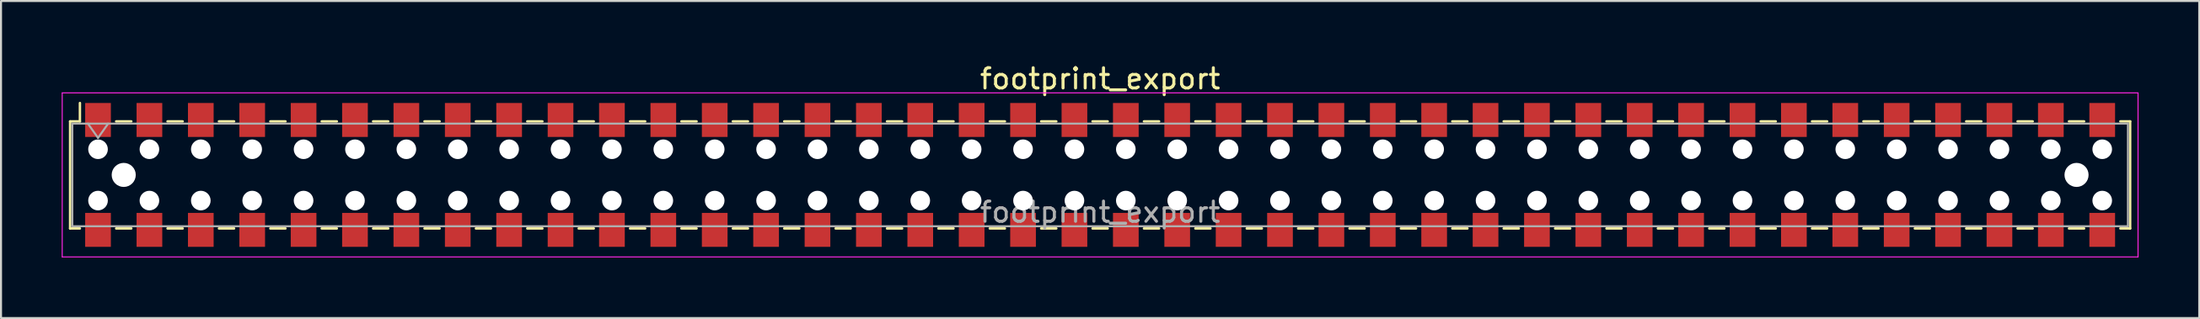
<source format=kicad_pcb>
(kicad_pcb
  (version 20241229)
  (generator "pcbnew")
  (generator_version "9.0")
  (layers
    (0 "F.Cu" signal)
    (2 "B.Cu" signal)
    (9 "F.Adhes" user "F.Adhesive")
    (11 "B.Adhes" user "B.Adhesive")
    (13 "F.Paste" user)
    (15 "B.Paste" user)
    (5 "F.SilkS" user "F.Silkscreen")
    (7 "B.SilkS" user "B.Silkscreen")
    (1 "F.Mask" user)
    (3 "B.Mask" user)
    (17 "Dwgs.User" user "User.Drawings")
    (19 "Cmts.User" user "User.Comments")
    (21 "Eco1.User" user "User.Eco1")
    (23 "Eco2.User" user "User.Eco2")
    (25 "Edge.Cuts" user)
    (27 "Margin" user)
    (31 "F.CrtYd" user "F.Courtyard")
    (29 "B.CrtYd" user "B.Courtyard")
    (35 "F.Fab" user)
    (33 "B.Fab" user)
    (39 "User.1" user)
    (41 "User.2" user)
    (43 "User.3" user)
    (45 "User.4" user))
  (footprint "footprint_export"
    (layer "F.Cu")
    (at 51.325 5.608)
    (property "Reference" "footprint_export" (at 0 -4.76 0) (layer "F.SilkS") (effects (font (size 1 1) (thickness 0.15))))
    (attr smd)
    (fp_line (start -50.91 -2.65) (end -50.91 2.65) (stroke (width 0.12) (type solid)) (layer "F.SilkS"))
    (fp_line (start -50.91 2.65) (end -50.425 2.65) (stroke (width 0.12) (type solid)) (layer "F.SilkS"))
    (fp_line (start -50.425 -3.56) (end -50.425 -2.65) (stroke (width 0.12) (type solid)) (layer "F.SilkS"))
    (fp_line (start -50.425 -2.65) (end -50.91 -2.65) (stroke (width 0.12) (type solid)) (layer "F.SilkS"))
    (fp_line (start -48.635 -2.65) (end -47.885 -2.65) (stroke (width 0.12) (type solid)) (layer "F.SilkS"))
    (fp_line (start -48.635 2.65) (end -47.885 2.65) (stroke (width 0.12) (type solid)) (layer "F.SilkS"))
    (fp_line (start -46.095 -2.65) (end -45.345 -2.65) (stroke (width 0.12) (type solid)) (layer "F.SilkS"))
    (fp_line (start -46.095 2.65) (end -45.345 2.65) (stroke (width 0.12) (type solid)) (layer "F.SilkS"))
    (fp_line (start -43.555 -2.65) (end -42.805 -2.65) (stroke (width 0.12) (type solid)) (layer "F.SilkS"))
    (fp_line (start -43.555 2.65) (end -42.805 2.65) (stroke (width 0.12) (type solid)) (layer "F.SilkS"))
    (fp_line (start -41.015 -2.65) (end -40.265 -2.65) (stroke (width 0.12) (type solid)) (layer "F.SilkS"))
    (fp_line (start -41.015 2.65) (end -40.265 2.65) (stroke (width 0.12) (type solid)) (layer "F.SilkS"))
    (fp_line (start -38.475 -2.65) (end -37.725 -2.65) (stroke (width 0.12) (type solid)) (layer "F.SilkS"))
    (fp_line (start -38.475 2.65) (end -37.725 2.65) (stroke (width 0.12) (type solid)) (layer "F.SilkS"))
    (fp_line (start -35.935 -2.65) (end -35.185 -2.65) (stroke (width 0.12) (type solid)) (layer "F.SilkS"))
    (fp_line (start -35.935 2.65) (end -35.185 2.65) (stroke (width 0.12) (type solid)) (layer "F.SilkS"))
    (fp_line (start -33.395 -2.65) (end -32.645 -2.65) (stroke (width 0.12) (type solid)) (layer "F.SilkS"))
    (fp_line (start -33.395 2.65) (end -32.645 2.65) (stroke (width 0.12) (type solid)) (layer "F.SilkS"))
    (fp_line (start -30.855 -2.65) (end -30.105 -2.65) (stroke (width 0.12) (type solid)) (layer "F.SilkS"))
    (fp_line (start -30.855 2.65) (end -30.105 2.65) (stroke (width 0.12) (type solid)) (layer "F.SilkS"))
    (fp_line (start -28.315 -2.65) (end -27.565 -2.65) (stroke (width 0.12) (type solid)) (layer "F.SilkS"))
    (fp_line (start -28.315 2.65) (end -27.565 2.65) (stroke (width 0.12) (type solid)) (layer "F.SilkS"))
    (fp_line (start -25.775 -2.65) (end -25.025 -2.65) (stroke (width 0.12) (type solid)) (layer "F.SilkS"))
    (fp_line (start -25.775 2.65) (end -25.025 2.65) (stroke (width 0.12) (type solid)) (layer "F.SilkS"))
    (fp_line (start -23.235 -2.65) (end -22.485 -2.65) (stroke (width 0.12) (type solid)) (layer "F.SilkS"))
    (fp_line (start -23.235 2.65) (end -22.485 2.65) (stroke (width 0.12) (type solid)) (layer "F.SilkS"))
    (fp_line (start -20.695 -2.65) (end -19.945 -2.65) (stroke (width 0.12) (type solid)) (layer "F.SilkS"))
    (fp_line (start -20.695 2.65) (end -19.945 2.65) (stroke (width 0.12) (type solid)) (layer "F.SilkS"))
    (fp_line (start -18.155 -2.65) (end -17.405 -2.65) (stroke (width 0.12) (type solid)) (layer "F.SilkS"))
    (fp_line (start -18.155 2.65) (end -17.405 2.65) (stroke (width 0.12) (type solid)) (layer "F.SilkS"))
    (fp_line (start -15.615 -2.65) (end -14.865 -2.65) (stroke (width 0.12) (type solid)) (layer "F.SilkS"))
    (fp_line (start -15.615 2.65) (end -14.865 2.65) (stroke (width 0.12) (type solid)) (layer "F.SilkS"))
    (fp_line (start -13.075 -2.65) (end -12.325 -2.65) (stroke (width 0.12) (type solid)) (layer "F.SilkS"))
    (fp_line (start -13.075 2.65) (end -12.325 2.65) (stroke (width 0.12) (type solid)) (layer "F.SilkS"))
    (fp_line (start -10.535 -2.65) (end -9.785 -2.65) (stroke (width 0.12) (type solid)) (layer "F.SilkS"))
    (fp_line (start -10.535 2.65) (end -9.785 2.65) (stroke (width 0.12) (type solid)) (layer "F.SilkS"))
    (fp_line (start -7.995 -2.65) (end -7.245 -2.65) (stroke (width 0.12) (type solid)) (layer "F.SilkS"))
    (fp_line (start -7.995 2.65) (end -7.245 2.65) (stroke (width 0.12) (type solid)) (layer "F.SilkS"))
    (fp_line (start -5.455 -2.65) (end -4.705 -2.65) (stroke (width 0.12) (type solid)) (layer "F.SilkS"))
    (fp_line (start -5.455 2.65) (end -4.705 2.65) (stroke (width 0.12) (type solid)) (layer "F.SilkS"))
    (fp_line (start -2.915 -2.65) (end -2.165 -2.65) (stroke (width 0.12) (type solid)) (layer "F.SilkS"))
    (fp_line (start -2.915 2.65) (end -2.165 2.65) (stroke (width 0.12) (type solid)) (layer "F.SilkS"))
    (fp_line (start -0.375 -2.65) (end 0.375 -2.65) (stroke (width 0.12) (type solid)) (layer "F.SilkS"))
    (fp_line (start -0.375 2.65) (end 0.375 2.65) (stroke (width 0.12) (type solid)) (layer "F.SilkS"))
    (fp_line (start 2.165 -2.65) (end 2.915 -2.65) (stroke (width 0.12) (type solid)) (layer "F.SilkS"))
    (fp_line (start 2.165 2.65) (end 2.915 2.65) (stroke (width 0.12) (type solid)) (layer "F.SilkS"))
    (fp_line (start 4.705 -2.65) (end 5.455 -2.65) (stroke (width 0.12) (type solid)) (layer "F.SilkS"))
    (fp_line (start 4.705 2.65) (end 5.455 2.65) (stroke (width 0.12) (type solid)) (layer "F.SilkS"))
    (fp_line (start 7.245 -2.65) (end 7.995 -2.65) (stroke (width 0.12) (type solid)) (layer "F.SilkS"))
    (fp_line (start 7.245 2.65) (end 7.995 2.65) (stroke (width 0.12) (type solid)) (layer "F.SilkS"))
    (fp_line (start 9.785 -2.65) (end 10.535 -2.65) (stroke (width 0.12) (type solid)) (layer "F.SilkS"))
    (fp_line (start 9.785 2.65) (end 10.535 2.65) (stroke (width 0.12) (type solid)) (layer "F.SilkS"))
    (fp_line (start 12.325 -2.65) (end 13.075 -2.65) (stroke (width 0.12) (type solid)) (layer "F.SilkS"))
    (fp_line (start 12.325 2.65) (end 13.075 2.65) (stroke (width 0.12) (type solid)) (layer "F.SilkS"))
    (fp_line (start 14.865 -2.65) (end 15.615 -2.65) (stroke (width 0.12) (type solid)) (layer "F.SilkS"))
    (fp_line (start 14.865 2.65) (end 15.615 2.65) (stroke (width 0.12) (type solid)) (layer "F.SilkS"))
    (fp_line (start 17.405 -2.65) (end 18.155 -2.65) (stroke (width 0.12) (type solid)) (layer "F.SilkS"))
    (fp_line (start 17.405 2.65) (end 18.155 2.65) (stroke (width 0.12) (type solid)) (layer "F.SilkS"))
    (fp_line (start 19.945 -2.65) (end 20.695 -2.65) (stroke (width 0.12) (type solid)) (layer "F.SilkS"))
    (fp_line (start 19.945 2.65) (end 20.695 2.65) (stroke (width 0.12) (type solid)) (layer "F.SilkS"))
    (fp_line (start 22.485 -2.65) (end 23.235 -2.65) (stroke (width 0.12) (type solid)) (layer "F.SilkS"))
    (fp_line (start 22.485 2.65) (end 23.235 2.65) (stroke (width 0.12) (type solid)) (layer "F.SilkS"))
    (fp_line (start 25.025 -2.65) (end 25.775 -2.65) (stroke (width 0.12) (type solid)) (layer "F.SilkS"))
    (fp_line (start 25.025 2.65) (end 25.775 2.65) (stroke (width 0.12) (type solid)) (layer "F.SilkS"))
    (fp_line (start 27.565 -2.65) (end 28.315 -2.65) (stroke (width 0.12) (type solid)) (layer "F.SilkS"))
    (fp_line (start 27.565 2.65) (end 28.315 2.65) (stroke (width 0.12) (type solid)) (layer "F.SilkS"))
    (fp_line (start 30.105 -2.65) (end 30.855 -2.65) (stroke (width 0.12) (type solid)) (layer "F.SilkS"))
    (fp_line (start 30.105 2.65) (end 30.855 2.65) (stroke (width 0.12) (type solid)) (layer "F.SilkS"))
    (fp_line (start 32.645 -2.65) (end 33.395 -2.65) (stroke (width 0.12) (type solid)) (layer "F.SilkS"))
    (fp_line (start 32.645 2.65) (end 33.395 2.65) (stroke (width 0.12) (type solid)) (layer "F.SilkS"))
    (fp_line (start 35.185 -2.65) (end 35.935 -2.65) (stroke (width 0.12) (type solid)) (layer "F.SilkS"))
    (fp_line (start 35.185 2.65) (end 35.935 2.65) (stroke (width 0.12) (type solid)) (layer "F.SilkS"))
    (fp_line (start 37.725 -2.65) (end 38.475 -2.65) (stroke (width 0.12) (type solid)) (layer "F.SilkS"))
    (fp_line (start 37.725 2.65) (end 38.475 2.65) (stroke (width 0.12) (type solid)) (layer "F.SilkS"))
    (fp_line (start 40.265 -2.65) (end 41.015 -2.65) (stroke (width 0.12) (type solid)) (layer "F.SilkS"))
    (fp_line (start 40.265 2.65) (end 41.015 2.65) (stroke (width 0.12) (type solid)) (layer "F.SilkS"))
    (fp_line (start 42.805 -2.65) (end 43.555 -2.65) (stroke (width 0.12) (type solid)) (layer "F.SilkS"))
    (fp_line (start 42.805 2.65) (end 43.555 2.65) (stroke (width 0.12) (type solid)) (layer "F.SilkS"))
    (fp_line (start 45.345 -2.65) (end 46.095 -2.65) (stroke (width 0.12) (type solid)) (layer "F.SilkS"))
    (fp_line (start 45.345 2.65) (end 46.095 2.65) (stroke (width 0.12) (type solid)) (layer "F.SilkS"))
    (fp_line (start 47.885 -2.65) (end 48.635 -2.65) (stroke (width 0.12) (type solid)) (layer "F.SilkS"))
    (fp_line (start 47.885 2.65) (end 48.635 2.65) (stroke (width 0.12) (type solid)) (layer "F.SilkS"))
    (fp_line (start 50.425 -2.65) (end 50.91 -2.65) (stroke (width 0.12) (type solid)) (layer "F.SilkS"))
    (fp_line (start 50.91 -2.65) (end 50.91 2.65) (stroke (width 0.12) (type solid)) (layer "F.SilkS"))
    (fp_line (start 50.91 2.65) (end 50.425 2.65) (stroke (width 0.12) (type solid)) (layer "F.SilkS"))
    (fp_line (start -51.3 -4.06) (end 51.3 -4.06) (stroke (width 0.05) (type solid)) (layer "F.CrtYd"))
    (fp_line (start -51.3 4.06) (end -51.3 -4.06) (stroke (width 0.05) (type solid)) (layer "F.CrtYd"))
    (fp_line (start 51.3 -4.06) (end 51.3 4.06) (stroke (width 0.05) (type solid)) (layer "F.CrtYd"))
    (fp_line (start 51.3 4.06) (end -51.3 4.06) (stroke (width 0.05) (type solid)) (layer "F.CrtYd"))
    (fp_line (start -50.8 -2.54) (end 50.8 -2.54) (stroke (width 0.1) (type solid)) (layer "F.Fab"))
    (fp_line (start -50.8 2.54) (end -50.8 -2.54) (stroke (width 0.1) (type solid)) (layer "F.Fab"))
    (fp_line (start -50.03 -2.54) (end -49.53 -1.833) (stroke (width 0.1) (type solid)) (layer "F.Fab"))
    (fp_line (start -49.53 -1.833) (end -49.03 -2.54) (stroke (width 0.1) (type solid)) (layer "F.Fab"))
    (fp_line (start 50.8 -2.54) (end 50.8 2.54) (stroke (width 0.1) (type solid)) (layer "F.Fab"))
    (fp_line (start 50.8 2.54) (end -50.8 2.54) (stroke (width 0.1) (type solid)) (layer "F.Fab"))
    (fp_text user "${REFERENCE}" (at 0 1.84 0) (layer "F.Fab") (effects (font (size 1 1) (thickness 0.15))))
    (pad "" np_thru_hole circle (at -49.53 -1.27) (size 0.97 0.97) (drill 0.97) (layers "*.Cu" "*.Mask"))
    (pad "" np_thru_hole circle (at -49.53 1.27) (size 0.97 0.97) (drill 0.97) (layers "*.Cu" "*.Mask"))
    (pad "" np_thru_hole circle (at -48.26 0) (size 1.19 1.19) (drill 1.19) (layers "*.Cu" "*.Mask"))
    (pad "" np_thru_hole circle (at -46.99 -1.27) (size 0.97 0.97) (drill 0.97) (layers "*.Cu" "*.Mask"))
    (pad "" np_thru_hole circle (at -46.99 1.27) (size 0.97 0.97) (drill 0.97) (layers "*.Cu" "*.Mask"))
    (pad "" np_thru_hole circle (at -44.45 -1.27) (size 0.97 0.97) (drill 0.97) (layers "*.Cu" "*.Mask"))
    (pad "" np_thru_hole circle (at -44.45 1.27) (size 0.97 0.97) (drill 0.97) (layers "*.Cu" "*.Mask"))
    (pad "" np_thru_hole circle (at -41.91 -1.27) (size 0.97 0.97) (drill 0.97) (layers "*.Cu" "*.Mask"))
    (pad "" np_thru_hole circle (at -41.91 1.27) (size 0.97 0.97) (drill 0.97) (layers "*.Cu" "*.Mask"))
    (pad "" np_thru_hole circle (at -39.37 -1.27) (size 0.97 0.97) (drill 0.97) (layers "*.Cu" "*.Mask"))
    (pad "" np_thru_hole circle (at -39.37 1.27) (size 0.97 0.97) (drill 0.97) (layers "*.Cu" "*.Mask"))
    (pad "" np_thru_hole circle (at -36.83 -1.27) (size 0.97 0.97) (drill 0.97) (layers "*.Cu" "*.Mask"))
    (pad "" np_thru_hole circle (at -36.83 1.27) (size 0.97 0.97) (drill 0.97) (layers "*.Cu" "*.Mask"))
    (pad "" np_thru_hole circle (at -34.29 -1.27) (size 0.97 0.97) (drill 0.97) (layers "*.Cu" "*.Mask"))
    (pad "" np_thru_hole circle (at -34.29 1.27) (size 0.97 0.97) (drill 0.97) (layers "*.Cu" "*.Mask"))
    (pad "" np_thru_hole circle (at -31.75 -1.27) (size 0.97 0.97) (drill 0.97) (layers "*.Cu" "*.Mask"))
    (pad "" np_thru_hole circle (at -31.75 1.27) (size 0.97 0.97) (drill 0.97) (layers "*.Cu" "*.Mask"))
    (pad "" np_thru_hole circle (at -29.21 -1.27) (size 0.97 0.97) (drill 0.97) (layers "*.Cu" "*.Mask"))
    (pad "" np_thru_hole circle (at -29.21 1.27) (size 0.97 0.97) (drill 0.97) (layers "*.Cu" "*.Mask"))
    (pad "" np_thru_hole circle (at -26.67 -1.27) (size 0.97 0.97) (drill 0.97) (layers "*.Cu" "*.Mask"))
    (pad "" np_thru_hole circle (at -26.67 1.27) (size 0.97 0.97) (drill 0.97) (layers "*.Cu" "*.Mask"))
    (pad "" np_thru_hole circle (at -24.13 -1.27) (size 0.97 0.97) (drill 0.97) (layers "*.Cu" "*.Mask"))
    (pad "" np_thru_hole circle (at -24.13 1.27) (size 0.97 0.97) (drill 0.97) (layers "*.Cu" "*.Mask"))
    (pad "" np_thru_hole circle (at -21.59 -1.27) (size 0.97 0.97) (drill 0.97) (layers "*.Cu" "*.Mask"))
    (pad "" np_thru_hole circle (at -21.59 1.27) (size 0.97 0.97) (drill 0.97) (layers "*.Cu" "*.Mask"))
    (pad "" np_thru_hole circle (at -19.05 -1.27) (size 0.97 0.97) (drill 0.97) (layers "*.Cu" "*.Mask"))
    (pad "" np_thru_hole circle (at -19.05 1.27) (size 0.97 0.97) (drill 0.97) (layers "*.Cu" "*.Mask"))
    (pad "" np_thru_hole circle (at -16.51 -1.27) (size 0.97 0.97) (drill 0.97) (layers "*.Cu" "*.Mask"))
    (pad "" np_thru_hole circle (at -16.51 1.27) (size 0.97 0.97) (drill 0.97) (layers "*.Cu" "*.Mask"))
    (pad "" np_thru_hole circle (at -13.97 -1.27) (size 0.97 0.97) (drill 0.97) (layers "*.Cu" "*.Mask"))
    (pad "" np_thru_hole circle (at -13.97 1.27) (size 0.97 0.97) (drill 0.97) (layers "*.Cu" "*.Mask"))
    (pad "" np_thru_hole circle (at -11.43 -1.27) (size 0.97 0.97) (drill 0.97) (layers "*.Cu" "*.Mask"))
    (pad "" np_thru_hole circle (at -11.43 1.27) (size 0.97 0.97) (drill 0.97) (layers "*.Cu" "*.Mask"))
    (pad "" np_thru_hole circle (at -8.89 -1.27) (size 0.97 0.97) (drill 0.97) (layers "*.Cu" "*.Mask"))
    (pad "" np_thru_hole circle (at -8.89 1.27) (size 0.97 0.97) (drill 0.97) (layers "*.Cu" "*.Mask"))
    (pad "" np_thru_hole circle (at -6.35 -1.27) (size 0.97 0.97) (drill 0.97) (layers "*.Cu" "*.Mask"))
    (pad "" np_thru_hole circle (at -6.35 1.27) (size 0.97 0.97) (drill 0.97) (layers "*.Cu" "*.Mask"))
    (pad "" np_thru_hole circle (at -3.81 -1.27) (size 0.97 0.97) (drill 0.97) (layers "*.Cu" "*.Mask"))
    (pad "" np_thru_hole circle (at -3.81 1.27) (size 0.97 0.97) (drill 0.97) (layers "*.Cu" "*.Mask"))
    (pad "" np_thru_hole circle (at -1.27 -1.27) (size 0.97 0.97) (drill 0.97) (layers "*.Cu" "*.Mask"))
    (pad "" np_thru_hole circle (at -1.27 1.27) (size 0.97 0.97) (drill 0.97) (layers "*.Cu" "*.Mask"))
    (pad "" np_thru_hole circle (at 1.27 -1.27) (size 0.97 0.97) (drill 0.97) (layers "*.Cu" "*.Mask"))
    (pad "" np_thru_hole circle (at 1.27 1.27) (size 0.97 0.97) (drill 0.97) (layers "*.Cu" "*.Mask"))
    (pad "" np_thru_hole circle (at 3.81 -1.27) (size 0.97 0.97) (drill 0.97) (layers "*.Cu" "*.Mask"))
    (pad "" np_thru_hole circle (at 3.81 1.27) (size 0.97 0.97) (drill 0.97) (layers "*.Cu" "*.Mask"))
    (pad "" np_thru_hole circle (at 6.35 -1.27) (size 0.97 0.97) (drill 0.97) (layers "*.Cu" "*.Mask"))
    (pad "" np_thru_hole circle (at 6.35 1.27) (size 0.97 0.97) (drill 0.97) (layers "*.Cu" "*.Mask"))
    (pad "" np_thru_hole circle (at 8.89 -1.27) (size 0.97 0.97) (drill 0.97) (layers "*.Cu" "*.Mask"))
    (pad "" np_thru_hole circle (at 8.89 1.27) (size 0.97 0.97) (drill 0.97) (layers "*.Cu" "*.Mask"))
    (pad "" np_thru_hole circle (at 11.43 -1.27) (size 0.97 0.97) (drill 0.97) (layers "*.Cu" "*.Mask"))
    (pad "" np_thru_hole circle (at 11.43 1.27) (size 0.97 0.97) (drill 0.97) (layers "*.Cu" "*.Mask"))
    (pad "" np_thru_hole circle (at 13.97 -1.27) (size 0.97 0.97) (drill 0.97) (layers "*.Cu" "*.Mask"))
    (pad "" np_thru_hole circle (at 13.97 1.27) (size 0.97 0.97) (drill 0.97) (layers "*.Cu" "*.Mask"))
    (pad "" np_thru_hole circle (at 16.51 -1.27) (size 0.97 0.97) (drill 0.97) (layers "*.Cu" "*.Mask"))
    (pad "" np_thru_hole circle (at 16.51 1.27) (size 0.97 0.97) (drill 0.97) (layers "*.Cu" "*.Mask"))
    (pad "" np_thru_hole circle (at 19.05 -1.27) (size 0.97 0.97) (drill 0.97) (layers "*.Cu" "*.Mask"))
    (pad "" np_thru_hole circle (at 19.05 1.27) (size 0.97 0.97) (drill 0.97) (layers "*.Cu" "*.Mask"))
    (pad "" np_thru_hole circle (at 21.59 -1.27) (size 0.97 0.97) (drill 0.97) (layers "*.Cu" "*.Mask"))
    (pad "" np_thru_hole circle (at 21.59 1.27) (size 0.97 0.97) (drill 0.97) (layers "*.Cu" "*.Mask"))
    (pad "" np_thru_hole circle (at 24.13 -1.27) (size 0.97 0.97) (drill 0.97) (layers "*.Cu" "*.Mask"))
    (pad "" np_thru_hole circle (at 24.13 1.27) (size 0.97 0.97) (drill 0.97) (layers "*.Cu" "*.Mask"))
    (pad "" np_thru_hole circle (at 26.67 -1.27) (size 0.97 0.97) (drill 0.97) (layers "*.Cu" "*.Mask"))
    (pad "" np_thru_hole circle (at 26.67 1.27) (size 0.97 0.97) (drill 0.97) (layers "*.Cu" "*.Mask"))
    (pad "" np_thru_hole circle (at 29.21 -1.27) (size 0.97 0.97) (drill 0.97) (layers "*.Cu" "*.Mask"))
    (pad "" np_thru_hole circle (at 29.21 1.27) (size 0.97 0.97) (drill 0.97) (layers "*.Cu" "*.Mask"))
    (pad "" np_thru_hole circle (at 31.75 -1.27) (size 0.97 0.97) (drill 0.97) (layers "*.Cu" "*.Mask"))
    (pad "" np_thru_hole circle (at 31.75 1.27) (size 0.97 0.97) (drill 0.97) (layers "*.Cu" "*.Mask"))
    (pad "" np_thru_hole circle (at 34.29 -1.27) (size 0.97 0.97) (drill 0.97) (layers "*.Cu" "*.Mask"))
    (pad "" np_thru_hole circle (at 34.29 1.27) (size 0.97 0.97) (drill 0.97) (layers "*.Cu" "*.Mask"))
    (pad "" np_thru_hole circle (at 36.83 -1.27) (size 0.97 0.97) (drill 0.97) (layers "*.Cu" "*.Mask"))
    (pad "" np_thru_hole circle (at 36.83 1.27) (size 0.97 0.97) (drill 0.97) (layers "*.Cu" "*.Mask"))
    (pad "" np_thru_hole circle (at 39.37 -1.27) (size 0.97 0.97) (drill 0.97) (layers "*.Cu" "*.Mask"))
    (pad "" np_thru_hole circle (at 39.37 1.27) (size 0.97 0.97) (drill 0.97) (layers "*.Cu" "*.Mask"))
    (pad "" np_thru_hole circle (at 41.91 -1.27) (size 0.97 0.97) (drill 0.97) (layers "*.Cu" "*.Mask"))
    (pad "" np_thru_hole circle (at 41.91 1.27) (size 0.97 0.97) (drill 0.97) (layers "*.Cu" "*.Mask"))
    (pad "" np_thru_hole circle (at 44.45 -1.27) (size 0.97 0.97) (drill 0.97) (layers "*.Cu" "*.Mask"))
    (pad "" np_thru_hole circle (at 44.45 1.27) (size 0.97 0.97) (drill 0.97) (layers "*.Cu" "*.Mask"))
    (pad "" np_thru_hole circle (at 46.99 -1.27) (size 0.97 0.97) (drill 0.97) (layers "*.Cu" "*.Mask"))
    (pad "" np_thru_hole circle (at 46.99 1.27) (size 0.97 0.97) (drill 0.97) (layers "*.Cu" "*.Mask"))
    (pad "" np_thru_hole circle (at 48.26 0) (size 1.19 1.19) (drill 1.19) (layers "*.Cu" "*.Mask"))
    (pad "" np_thru_hole circle (at 49.53 -1.27) (size 0.97 0.97) (drill 0.97) (layers "*.Cu" "*.Mask"))
    (pad "" np_thru_hole circle (at 49.53 1.27) (size 0.97 0.97) (drill 0.97) (layers "*.Cu" "*.Mask"))
    (pad "1" smd rect (at -49.53 -2.72) (size 1.27 1.68) (layers "F.Cu" "F.Mask" "F.Paste"))
    (pad "2" smd rect (at -49.53 2.72) (size 1.27 1.68) (layers "F.Cu" "F.Mask" "F.Paste"))
    (pad "3" smd rect (at -46.99 -2.72) (size 1.27 1.68) (layers "F.Cu" "F.Mask" "F.Paste"))
    (pad "4" smd rect (at -46.99 2.72) (size 1.27 1.68) (layers "F.Cu" "F.Mask" "F.Paste"))
    (pad "5" smd rect (at -44.45 -2.72) (size 1.27 1.68) (layers "F.Cu" "F.Mask" "F.Paste"))
    (pad "6" smd rect (at -44.45 2.72) (size 1.27 1.68) (layers "F.Cu" "F.Mask" "F.Paste"))
    (pad "7" smd rect (at -41.91 -2.72) (size 1.27 1.68) (layers "F.Cu" "F.Mask" "F.Paste"))
    (pad "8" smd rect (at -41.91 2.72) (size 1.27 1.68) (layers "F.Cu" "F.Mask" "F.Paste"))
    (pad "9" smd rect (at -39.37 -2.72) (size 1.27 1.68) (layers "F.Cu" "F.Mask" "F.Paste"))
    (pad "10" smd rect (at -39.37 2.72) (size 1.27 1.68) (layers "F.Cu" "F.Mask" "F.Paste"))
    (pad "11" smd rect (at -36.83 -2.72) (size 1.27 1.68) (layers "F.Cu" "F.Mask" "F.Paste"))
    (pad "12" smd rect (at -36.83 2.72) (size 1.27 1.68) (layers "F.Cu" "F.Mask" "F.Paste"))
    (pad "13" smd rect (at -34.29 -2.72) (size 1.27 1.68) (layers "F.Cu" "F.Mask" "F.Paste"))
    (pad "14" smd rect (at -34.29 2.72) (size 1.27 1.68) (layers "F.Cu" "F.Mask" "F.Paste"))
    (pad "15" smd rect (at -31.75 -2.72) (size 1.27 1.68) (layers "F.Cu" "F.Mask" "F.Paste"))
    (pad "16" smd rect (at -31.75 2.72) (size 1.27 1.68) (layers "F.Cu" "F.Mask" "F.Paste"))
    (pad "17" smd rect (at -29.21 -2.72) (size 1.27 1.68) (layers "F.Cu" "F.Mask" "F.Paste"))
    (pad "18" smd rect (at -29.21 2.72) (size 1.27 1.68) (layers "F.Cu" "F.Mask" "F.Paste"))
    (pad "19" smd rect (at -26.67 -2.72) (size 1.27 1.68) (layers "F.Cu" "F.Mask" "F.Paste"))
    (pad "20" smd rect (at -26.67 2.72) (size 1.27 1.68) (layers "F.Cu" "F.Mask" "F.Paste"))
    (pad "21" smd rect (at -24.13 -2.72) (size 1.27 1.68) (layers "F.Cu" "F.Mask" "F.Paste"))
    (pad "22" smd rect (at -24.13 2.72) (size 1.27 1.68) (layers "F.Cu" "F.Mask" "F.Paste"))
    (pad "23" smd rect (at -21.59 -2.72) (size 1.27 1.68) (layers "F.Cu" "F.Mask" "F.Paste"))
    (pad "24" smd rect (at -21.59 2.72) (size 1.27 1.68) (layers "F.Cu" "F.Mask" "F.Paste"))
    (pad "25" smd rect (at -19.05 -2.72) (size 1.27 1.68) (layers "F.Cu" "F.Mask" "F.Paste"))
    (pad "26" smd rect (at -19.05 2.72) (size 1.27 1.68) (layers "F.Cu" "F.Mask" "F.Paste"))
    (pad "27" smd rect (at -16.51 -2.72) (size 1.27 1.68) (layers "F.Cu" "F.Mask" "F.Paste"))
    (pad "28" smd rect (at -16.51 2.72) (size 1.27 1.68) (layers "F.Cu" "F.Mask" "F.Paste"))
    (pad "29" smd rect (at -13.97 -2.72) (size 1.27 1.68) (layers "F.Cu" "F.Mask" "F.Paste"))
    (pad "30" smd rect (at -13.97 2.72) (size 1.27 1.68) (layers "F.Cu" "F.Mask" "F.Paste"))
    (pad "31" smd rect (at -11.43 -2.72) (size 1.27 1.68) (layers "F.Cu" "F.Mask" "F.Paste"))
    (pad "32" smd rect (at -11.43 2.72) (size 1.27 1.68) (layers "F.Cu" "F.Mask" "F.Paste"))
    (pad "33" smd rect (at -8.89 -2.72) (size 1.27 1.68) (layers "F.Cu" "F.Mask" "F.Paste"))
    (pad "34" smd rect (at -8.89 2.72) (size 1.27 1.68) (layers "F.Cu" "F.Mask" "F.Paste"))
    (pad "35" smd rect (at -6.35 -2.72) (size 1.27 1.68) (layers "F.Cu" "F.Mask" "F.Paste"))
    (pad "36" smd rect (at -6.35 2.72) (size 1.27 1.68) (layers "F.Cu" "F.Mask" "F.Paste"))
    (pad "37" smd rect (at -3.81 -2.72) (size 1.27 1.68) (layers "F.Cu" "F.Mask" "F.Paste"))
    (pad "38" smd rect (at -3.81 2.72) (size 1.27 1.68) (layers "F.Cu" "F.Mask" "F.Paste"))
    (pad "39" smd rect (at -1.27 -2.72) (size 1.27 1.68) (layers "F.Cu" "F.Mask" "F.Paste"))
    (pad "40" smd rect (at -1.27 2.72) (size 1.27 1.68) (layers "F.Cu" "F.Mask" "F.Paste"))
    (pad "41" smd rect (at 1.27 -2.72) (size 1.27 1.68) (layers "F.Cu" "F.Mask" "F.Paste"))
    (pad "42" smd rect (at 1.27 2.72) (size 1.27 1.68) (layers "F.Cu" "F.Mask" "F.Paste"))
    (pad "43" smd rect (at 3.81 -2.72) (size 1.27 1.68) (layers "F.Cu" "F.Mask" "F.Paste"))
    (pad "44" smd rect (at 3.81 2.72) (size 1.27 1.68) (layers "F.Cu" "F.Mask" "F.Paste"))
    (pad "45" smd rect (at 6.35 -2.72) (size 1.27 1.68) (layers "F.Cu" "F.Mask" "F.Paste"))
    (pad "46" smd rect (at 6.35 2.72) (size 1.27 1.68) (layers "F.Cu" "F.Mask" "F.Paste"))
    (pad "47" smd rect (at 8.89 -2.72) (size 1.27 1.68) (layers "F.Cu" "F.Mask" "F.Paste"))
    (pad "48" smd rect (at 8.89 2.72) (size 1.27 1.68) (layers "F.Cu" "F.Mask" "F.Paste"))
    (pad "49" smd rect (at 11.43 -2.72) (size 1.27 1.68) (layers "F.Cu" "F.Mask" "F.Paste"))
    (pad "50" smd rect (at 11.43 2.72) (size 1.27 1.68) (layers "F.Cu" "F.Mask" "F.Paste"))
    (pad "51" smd rect (at 13.97 -2.72) (size 1.27 1.68) (layers "F.Cu" "F.Mask" "F.Paste"))
    (pad "52" smd rect (at 13.97 2.72) (size 1.27 1.68) (layers "F.Cu" "F.Mask" "F.Paste"))
    (pad "53" smd rect (at 16.51 -2.72) (size 1.27 1.68) (layers "F.Cu" "F.Mask" "F.Paste"))
    (pad "54" smd rect (at 16.51 2.72) (size 1.27 1.68) (layers "F.Cu" "F.Mask" "F.Paste"))
    (pad "55" smd rect (at 19.05 -2.72) (size 1.27 1.68) (layers "F.Cu" "F.Mask" "F.Paste"))
    (pad "56" smd rect (at 19.05 2.72) (size 1.27 1.68) (layers "F.Cu" "F.Mask" "F.Paste"))
    (pad "57" smd rect (at 21.59 -2.72) (size 1.27 1.68) (layers "F.Cu" "F.Mask" "F.Paste"))
    (pad "58" smd rect (at 21.59 2.72) (size 1.27 1.68) (layers "F.Cu" "F.Mask" "F.Paste"))
    (pad "59" smd rect (at 24.13 -2.72) (size 1.27 1.68) (layers "F.Cu" "F.Mask" "F.Paste"))
    (pad "60" smd rect (at 24.13 2.72) (size 1.27 1.68) (layers "F.Cu" "F.Mask" "F.Paste"))
    (pad "61" smd rect (at 26.67 -2.72) (size 1.27 1.68) (layers "F.Cu" "F.Mask" "F.Paste"))
    (pad "62" smd rect (at 26.67 2.72) (size 1.27 1.68) (layers "F.Cu" "F.Mask" "F.Paste"))
    (pad "63" smd rect (at 29.21 -2.72) (size 1.27 1.68) (layers "F.Cu" "F.Mask" "F.Paste"))
    (pad "64" smd rect (at 29.21 2.72) (size 1.27 1.68) (layers "F.Cu" "F.Mask" "F.Paste"))
    (pad "65" smd rect (at 31.75 -2.72) (size 1.27 1.68) (layers "F.Cu" "F.Mask" "F.Paste"))
    (pad "66" smd rect (at 31.75 2.72) (size 1.27 1.68) (layers "F.Cu" "F.Mask" "F.Paste"))
    (pad "67" smd rect (at 34.29 -2.72) (size 1.27 1.68) (layers "F.Cu" "F.Mask" "F.Paste"))
    (pad "68" smd rect (at 34.29 2.72) (size 1.27 1.68) (layers "F.Cu" "F.Mask" "F.Paste"))
    (pad "69" smd rect (at 36.83 -2.72) (size 1.27 1.68) (layers "F.Cu" "F.Mask" "F.Paste"))
    (pad "70" smd rect (at 36.83 2.72) (size 1.27 1.68) (layers "F.Cu" "F.Mask" "F.Paste"))
    (pad "71" smd rect (at 39.37 -2.72) (size 1.27 1.68) (layers "F.Cu" "F.Mask" "F.Paste"))
    (pad "72" smd rect (at 39.37 2.72) (size 1.27 1.68) (layers "F.Cu" "F.Mask" "F.Paste"))
    (pad "73" smd rect (at 41.91 -2.72) (size 1.27 1.68) (layers "F.Cu" "F.Mask" "F.Paste"))
    (pad "74" smd rect (at 41.91 2.72) (size 1.27 1.68) (layers "F.Cu" "F.Mask" "F.Paste"))
    (pad "75" smd rect (at 44.45 -2.72) (size 1.27 1.68) (layers "F.Cu" "F.Mask" "F.Paste"))
    (pad "76" smd rect (at 44.45 2.72) (size 1.27 1.68) (layers "F.Cu" "F.Mask" "F.Paste"))
    (pad "77" smd rect (at 46.99 -2.72) (size 1.27 1.68) (layers "F.Cu" "F.Mask" "F.Paste"))
    (pad "78" smd rect (at 46.99 2.72) (size 1.27 1.68) (layers "F.Cu" "F.Mask" "F.Paste"))
    (pad "79" smd rect (at 49.53 -2.72) (size 1.27 1.68) (layers "F.Cu" "F.Mask" "F.Paste"))
    (pad "80" smd rect (at 49.53 2.72) (size 1.27 1.68) (layers "F.Cu" "F.Mask" "F.Paste")))
  (gr_rect
    (start -3 -3)
    (end 105.65 12.693)
    (stroke (width 0.1) (type default))
    (fill no)
    (layer "Edge.Cuts")))
</source>
